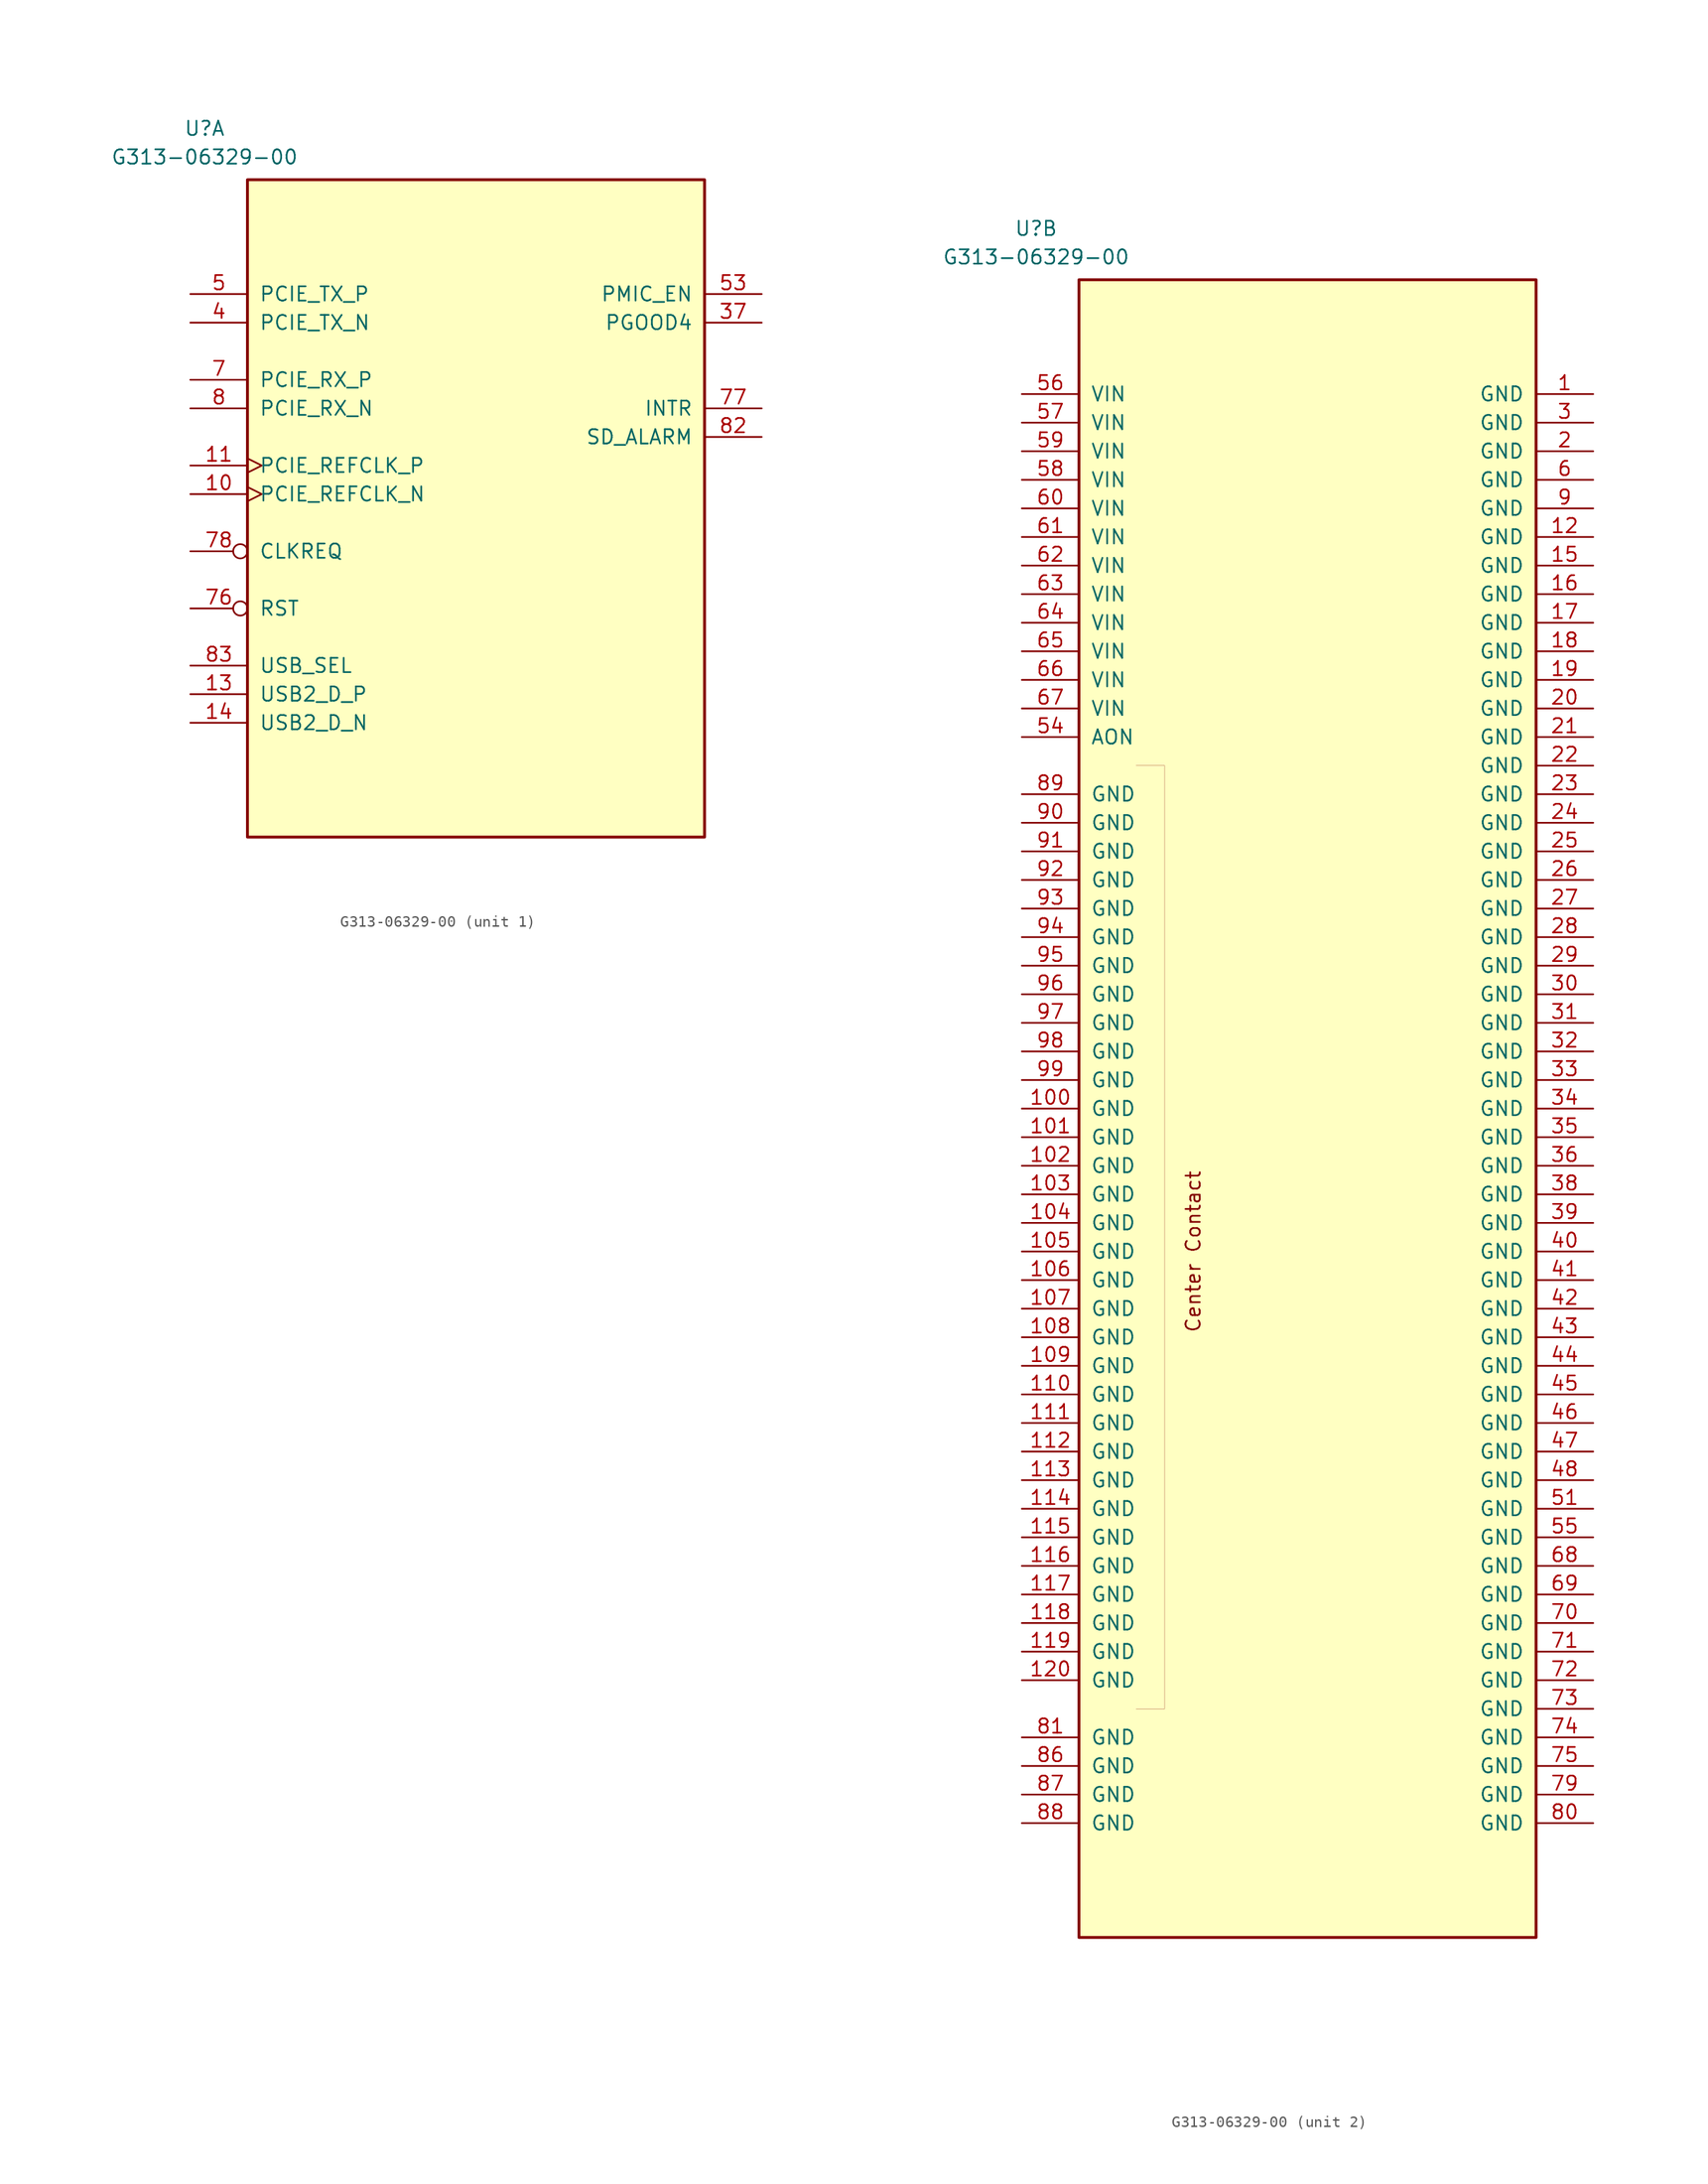
<source format=kicad_sym>
(kicad_symbol_lib
  (version 20201005)
  (generator kicad_symbol_editor)
  (symbol "AI_Coral:G313-06329-00"
    (pin_names
      (offset 1.016))
    (property "Reference" "U"
      (at -24.13 13.97 0)
      (effects (font (size 1.27 1.27)) (justify bottom)))
    (property "Value" "G313-06329-00"
      (at -24.13 11.43 0)
      (effects (font (size 1.27 1.27)) (justify bottom)))
    (property "ki_locked" ""
      (at 0 0 0)
      (effects (font (size 1.27 1.27))))
    (symbol "G313-06329-00_1_0"
      (rectangle (start -20.32 10.16) (end 20.32 -48.26) (stroke (width 0.254)) (fill (type background))))
    (symbol "G313-06329-00_1_1"
      (pin output line (at -25.4 -2.54 0) (length 5.08) (name "PCIE_TX_N" (effects (font (size 1.27 1.27)))) (number "4" (effects (font (size 1.27 1.27)))))
      (pin output line (at -25.4 0 0) (length 5.08) (name "PCIE_TX_P" (effects (font (size 1.27 1.27)))) (number "5" (effects (font (size 1.27 1.27)))))
      (pin input line (at -25.4 -7.62 0) (length 5.08) (name "PCIE_RX_P" (effects (font (size 1.27 1.27)))) (number "7" (effects (font (size 1.27 1.27)))))
      (pin input line (at -25.4 -10.16 0) (length 5.08) (name "PCIE_RX_N" (effects (font (size 1.27 1.27)))) (number "8" (effects (font (size 1.27 1.27)))))
      (pin input clock (at -25.4 -17.78 0) (length 5.08) (name "PCIE_REFCLK_N" (effects (font (size 1.27 1.27)))) (number "10" (effects (font (size 1.27 1.27)))))
      (pin input clock (at -25.4 -15.24 0) (length 5.08) (name "PCIE_REFCLK_P" (effects (font (size 1.27 1.27)))) (number "11" (effects (font (size 1.27 1.27)))))
      (pin bidirectional line (at -25.4 -35.56 0) (length 5.08) (name "USB2_D_P" (effects (font (size 1.27 1.27)))) (number "13" (effects (font (size 1.27 1.27)))))
      (pin bidirectional line (at -25.4 -38.1 0) (length 5.08) (name "USB2_D_N" (effects (font (size 1.27 1.27)))) (number "14" (effects (font (size 1.27 1.27)))))
      (pin output line (at 25.4 -2.54 180) (length 5.08) (name "PGOOD4" (effects (font (size 1.27 1.27)))) (number "37" (effects (font (size 1.27 1.27)))))
      (pin input line (at 25.4 0 180) (length 5.08) (name "PMIC_EN" (effects (font (size 1.27 1.27)))) (number "53" (effects (font (size 1.27 1.27)))))
      (pin input inverted (at -25.4 -27.94 0) (length 5.08) (name "RST" (effects (font (size 1.27 1.27)))) (number "76" (effects (font (size 1.27 1.27)))))
      (pin output line (at 25.4 -10.16 180) (length 5.08) (name "INTR" (effects (font (size 1.27 1.27)))) (number "77" (effects (font (size 1.27 1.27)))))
      (pin bidirectional inverted (at -25.4 -22.86 0) (length 5.08) (name "CLKREQ" (effects (font (size 1.27 1.27)))) (number "78" (effects (font (size 1.27 1.27)))))
      (pin output line (at 25.4 -12.7 180) (length 5.08) (name "SD_ALARM" (effects (font (size 1.27 1.27)))) (number "82" (effects (font (size 1.27 1.27)))))
      (pin input line (at -25.4 -33.02 0) (length 5.08) (name "USB_SEL" (effects (font (size 1.27 1.27)))) (number "83" (effects (font (size 1.27 1.27)))))
      (pin no_connect line (at 25.4 -27.94 180) (length 5.08) hide (name "RESERVED" (effects (font (size 1.27 1.27)))) (number "49" (effects (font (size 1.27 1.27)))))
      (pin no_connect line (at 25.4 -30.48 180) (length 5.08) hide (name "RESERVED" (effects (font (size 1.27 1.27)))) (number "50" (effects (font (size 1.27 1.27)))))
      (pin no_connect line (at 25.4 -33.02 180) (length 5.08) hide (name "RESERVED" (effects (font (size 1.27 1.27)))) (number "52" (effects (font (size 1.27 1.27)))))
      (pin no_connect line (at 25.4 -35.56 180) (length 5.08) hide (name "RESERVED" (effects (font (size 1.27 1.27)))) (number "84" (effects (font (size 1.27 1.27)))))
      (pin no_connect line (at 25.4 -38.1 180) (length 5.08) hide (name "RESERVED" (effects (font (size 1.27 1.27)))) (number "85" (effects (font (size 1.27 1.27))))))
    (symbol "G313-06329-00_2_0"
      (rectangle (start -20.32 10.16) (end 20.32 -137.16) (stroke (width 0.254)) (fill (type background)))
      (polyline (pts (xy -15.24 -33.02) (xy -12.7 -33.02) (xy -12.7 -116.84) (xy -15.24 -116.84)) (stroke (width 0.001)) (fill (type none))))
    (symbol "G313-06329-00_2_1"
      (text "Center Contact" (at -10.16 -76.2 900) (effects (font (size 1.27 1.27))))
      (pin power_in line (at 25.4 0 180) (length 5.08) (name "GND" (effects (font (size 1.27 1.27)))) (number "1" (effects (font (size 1.27 1.27)))))
      (pin power_in line (at 25.4 -5.08 180) (length 5.08) (name "GND" (effects (font (size 1.27 1.27)))) (number "2" (effects (font (size 1.27 1.27)))))
      (pin power_in line (at 25.4 -2.54 180) (length 5.08) (name "GND" (effects (font (size 1.27 1.27)))) (number "3" (effects (font (size 1.27 1.27)))))
      (pin power_in line (at 25.4 -7.62 180) (length 5.08) (name "GND" (effects (font (size 1.27 1.27)))) (number "6" (effects (font (size 1.27 1.27)))))
      (pin power_in line (at 25.4 -10.16 180) (length 5.08) (name "GND" (effects (font (size 1.27 1.27)))) (number "9" (effects (font (size 1.27 1.27)))))
      (pin power_in line (at 25.4 -12.7 180) (length 5.08) (name "GND" (effects (font (size 1.27 1.27)))) (number "12" (effects (font (size 1.27 1.27)))))
      (pin power_in line (at 25.4 -15.24 180) (length 5.08) (name "GND" (effects (font (size 1.27 1.27)))) (number "15" (effects (font (size 1.27 1.27)))))
      (pin power_in line (at 25.4 -17.78 180) (length 5.08) (name "GND" (effects (font (size 1.27 1.27)))) (number "16" (effects (font (size 1.27 1.27)))))
      (pin power_in line (at 25.4 -20.32 180) (length 5.08) (name "GND" (effects (font (size 1.27 1.27)))) (number "17" (effects (font (size 1.27 1.27)))))
      (pin power_in line (at 25.4 -22.86 180) (length 5.08) (name "GND" (effects (font (size 1.27 1.27)))) (number "18" (effects (font (size 1.27 1.27)))))
      (pin power_in line (at 25.4 -25.4 180) (length 5.08) (name "GND" (effects (font (size 1.27 1.27)))) (number "19" (effects (font (size 1.27 1.27)))))
      (pin power_in line (at 25.4 -27.94 180) (length 5.08) (name "GND" (effects (font (size 1.27 1.27)))) (number "20" (effects (font (size 1.27 1.27)))))
      (pin power_in line (at 25.4 -30.48 180) (length 5.08) (name "GND" (effects (font (size 1.27 1.27)))) (number "21" (effects (font (size 1.27 1.27)))))
      (pin power_in line (at 25.4 -33.02 180) (length 5.08) (name "GND" (effects (font (size 1.27 1.27)))) (number "22" (effects (font (size 1.27 1.27)))))
      (pin power_in line (at 25.4 -35.56 180) (length 5.08) (name "GND" (effects (font (size 1.27 1.27)))) (number "23" (effects (font (size 1.27 1.27)))))
      (pin power_in line (at 25.4 -38.1 180) (length 5.08) (name "GND" (effects (font (size 1.27 1.27)))) (number "24" (effects (font (size 1.27 1.27)))))
      (pin power_in line (at 25.4 -40.64 180) (length 5.08) (name "GND" (effects (font (size 1.27 1.27)))) (number "25" (effects (font (size 1.27 1.27)))))
      (pin power_in line (at 25.4 -43.18 180) (length 5.08) (name "GND" (effects (font (size 1.27 1.27)))) (number "26" (effects (font (size 1.27 1.27)))))
      (pin power_in line (at 25.4 -45.72 180) (length 5.08) (name "GND" (effects (font (size 1.27 1.27)))) (number "27" (effects (font (size 1.27 1.27)))))
      (pin power_in line (at 25.4 -48.26 180) (length 5.08) (name "GND" (effects (font (size 1.27 1.27)))) (number "28" (effects (font (size 1.27 1.27)))))
      (pin power_in line (at 25.4 -50.8 180) (length 5.08) (name "GND" (effects (font (size 1.27 1.27)))) (number "29" (effects (font (size 1.27 1.27)))))
      (pin power_in line (at 25.4 -53.34 180) (length 5.08) (name "GND" (effects (font (size 1.27 1.27)))) (number "30" (effects (font (size 1.27 1.27)))))
      (pin power_in line (at 25.4 -55.88 180) (length 5.08) (name "GND" (effects (font (size 1.27 1.27)))) (number "31" (effects (font (size 1.27 1.27)))))
      (pin power_in line (at 25.4 -58.42 180) (length 5.08) (name "GND" (effects (font (size 1.27 1.27)))) (number "32" (effects (font (size 1.27 1.27)))))
      (pin power_in line (at 25.4 -60.96 180) (length 5.08) (name "GND" (effects (font (size 1.27 1.27)))) (number "33" (effects (font (size 1.27 1.27)))))
      (pin power_in line (at 25.4 -63.5 180) (length 5.08) (name "GND" (effects (font (size 1.27 1.27)))) (number "34" (effects (font (size 1.27 1.27)))))
      (pin power_in line (at 25.4 -66.04 180) (length 5.08) (name "GND" (effects (font (size 1.27 1.27)))) (number "35" (effects (font (size 1.27 1.27)))))
      (pin power_in line (at 25.4 -68.58 180) (length 5.08) (name "GND" (effects (font (size 1.27 1.27)))) (number "36" (effects (font (size 1.27 1.27)))))
      (pin power_in line (at 25.4 -71.12 180) (length 5.08) (name "GND" (effects (font (size 1.27 1.27)))) (number "38" (effects (font (size 1.27 1.27)))))
      (pin power_in line (at 25.4 -73.66 180) (length 5.08) (name "GND" (effects (font (size 1.27 1.27)))) (number "39" (effects (font (size 1.27 1.27)))))
      (pin power_in line (at 25.4 -76.2 180) (length 5.08) (name "GND" (effects (font (size 1.27 1.27)))) (number "40" (effects (font (size 1.27 1.27)))))
      (pin power_in line (at 25.4 -78.74 180) (length 5.08) (name "GND" (effects (font (size 1.27 1.27)))) (number "41" (effects (font (size 1.27 1.27)))))
      (pin power_in line (at 25.4 -81.28 180) (length 5.08) (name "GND" (effects (font (size 1.27 1.27)))) (number "42" (effects (font (size 1.27 1.27)))))
      (pin power_in line (at 25.4 -83.82 180) (length 5.08) (name "GND" (effects (font (size 1.27 1.27)))) (number "43" (effects (font (size 1.27 1.27)))))
      (pin power_in line (at 25.4 -86.36 180) (length 5.08) (name "GND" (effects (font (size 1.27 1.27)))) (number "44" (effects (font (size 1.27 1.27)))))
      (pin power_in line (at 25.4 -88.9 180) (length 5.08) (name "GND" (effects (font (size 1.27 1.27)))) (number "45" (effects (font (size 1.27 1.27)))))
      (pin power_in line (at 25.4 -91.44 180) (length 5.08) (name "GND" (effects (font (size 1.27 1.27)))) (number "46" (effects (font (size 1.27 1.27)))))
      (pin power_in line (at 25.4 -93.98 180) (length 5.08) (name "GND" (effects (font (size 1.27 1.27)))) (number "47" (effects (font (size 1.27 1.27)))))
      (pin power_in line (at 25.4 -96.52 180) (length 5.08) (name "GND" (effects (font (size 1.27 1.27)))) (number "48" (effects (font (size 1.27 1.27)))))
      (pin power_in line (at 25.4 -99.06 180) (length 5.08) (name "GND" (effects (font (size 1.27 1.27)))) (number "51" (effects (font (size 1.27 1.27)))))
      (pin power_in line (at 25.4 -101.6 180) (length 5.08) (name "GND" (effects (font (size 1.27 1.27)))) (number "55" (effects (font (size 1.27 1.27)))))
      (pin power_in line (at 25.4 -104.14 180) (length 5.08) (name "GND" (effects (font (size 1.27 1.27)))) (number "68" (effects (font (size 1.27 1.27)))))
      (pin power_in line (at 25.4 -106.68 180) (length 5.08) (name "GND" (effects (font (size 1.27 1.27)))) (number "69" (effects (font (size 1.27 1.27)))))
      (pin power_in line (at 25.4 -109.22 180) (length 5.08) (name "GND" (effects (font (size 1.27 1.27)))) (number "70" (effects (font (size 1.27 1.27)))))
      (pin power_in line (at 25.4 -111.76 180) (length 5.08) (name "GND" (effects (font (size 1.27 1.27)))) (number "71" (effects (font (size 1.27 1.27)))))
      (pin power_in line (at 25.4 -114.3 180) (length 5.08) (name "GND" (effects (font (size 1.27 1.27)))) (number "72" (effects (font (size 1.27 1.27)))))
      (pin power_in line (at 25.4 -116.84 180) (length 5.08) (name "GND" (effects (font (size 1.27 1.27)))) (number "73" (effects (font (size 1.27 1.27)))))
      (pin power_in line (at 25.4 -119.38 180) (length 5.08) (name "GND" (effects (font (size 1.27 1.27)))) (number "74" (effects (font (size 1.27 1.27)))))
      (pin power_in line (at 25.4 -121.92 180) (length 5.08) (name "GND" (effects (font (size 1.27 1.27)))) (number "75" (effects (font (size 1.27 1.27)))))
      (pin power_in line (at 25.4 -124.46 180) (length 5.08) (name "GND" (effects (font (size 1.27 1.27)))) (number "79" (effects (font (size 1.27 1.27)))))
      (pin power_in line (at 25.4 -127 180) (length 5.08) (name "GND" (effects (font (size 1.27 1.27)))) (number "80" (effects (font (size 1.27 1.27)))))
      (pin power_in line (at -25.4 -119.38 0) (length 5.08) (name "GND" (effects (font (size 1.27 1.27)))) (number "81" (effects (font (size 1.27 1.27)))))
      (pin power_in line (at -25.4 -121.92 0) (length 5.08) (name "GND" (effects (font (size 1.27 1.27)))) (number "86" (effects (font (size 1.27 1.27)))))
      (pin power_in line (at -25.4 -124.46 0) (length 5.08) (name "GND" (effects (font (size 1.27 1.27)))) (number "87" (effects (font (size 1.27 1.27)))))
      (pin power_in line (at -25.4 -127 0) (length 5.08) (name "GND" (effects (font (size 1.27 1.27)))) (number "88" (effects (font (size 1.27 1.27)))))
      (pin power_in line (at -25.4 -35.56 0) (length 5.08) (name "GND" (effects (font (size 1.27 1.27)))) (number "89" (effects (font (size 1.27 1.27)))))
      (pin power_in line (at -25.4 -38.1 0) (length 5.08) (name "GND" (effects (font (size 1.27 1.27)))) (number "90" (effects (font (size 1.27 1.27)))))
      (pin power_in line (at -25.4 -40.64 0) (length 5.08) (name "GND" (effects (font (size 1.27 1.27)))) (number "91" (effects (font (size 1.27 1.27)))))
      (pin power_in line (at -25.4 -43.18 0) (length 5.08) (name "GND" (effects (font (size 1.27 1.27)))) (number "92" (effects (font (size 1.27 1.27)))))
      (pin power_in line (at -25.4 -45.72 0) (length 5.08) (name "GND" (effects (font (size 1.27 1.27)))) (number "93" (effects (font (size 1.27 1.27)))))
      (pin power_in line (at -25.4 -48.26 0) (length 5.08) (name "GND" (effects (font (size 1.27 1.27)))) (number "94" (effects (font (size 1.27 1.27)))))
      (pin power_in line (at -25.4 -50.8 0) (length 5.08) (name "GND" (effects (font (size 1.27 1.27)))) (number "95" (effects (font (size 1.27 1.27)))))
      (pin power_in line (at -25.4 -53.34 0) (length 5.08) (name "GND" (effects (font (size 1.27 1.27)))) (number "96" (effects (font (size 1.27 1.27)))))
      (pin power_in line (at -25.4 -55.88 0) (length 5.08) (name "GND" (effects (font (size 1.27 1.27)))) (number "97" (effects (font (size 1.27 1.27)))))
      (pin power_in line (at -25.4 -58.42 0) (length 5.08) (name "GND" (effects (font (size 1.27 1.27)))) (number "98" (effects (font (size 1.27 1.27)))))
      (pin power_in line (at -25.4 -60.96 0) (length 5.08) (name "GND" (effects (font (size 1.27 1.27)))) (number "99" (effects (font (size 1.27 1.27)))))
      (pin power_in line (at -25.4 -63.5 0) (length 5.08) (name "GND" (effects (font (size 1.27 1.27)))) (number "100" (effects (font (size 1.27 1.27)))))
      (pin power_in line (at -25.4 -66.04 0) (length 5.08) (name "GND" (effects (font (size 1.27 1.27)))) (number "101" (effects (font (size 1.27 1.27)))))
      (pin power_in line (at -25.4 -68.58 0) (length 5.08) (name "GND" (effects (font (size 1.27 1.27)))) (number "102" (effects (font (size 1.27 1.27)))))
      (pin power_in line (at -25.4 -71.12 0) (length 5.08) (name "GND" (effects (font (size 1.27 1.27)))) (number "103" (effects (font (size 1.27 1.27)))))
      (pin power_in line (at -25.4 -73.66 0) (length 5.08) (name "GND" (effects (font (size 1.27 1.27)))) (number "104" (effects (font (size 1.27 1.27)))))
      (pin power_in line (at -25.4 -76.2 0) (length 5.08) (name "GND" (effects (font (size 1.27 1.27)))) (number "105" (effects (font (size 1.27 1.27)))))
      (pin power_in line (at -25.4 -78.74 0) (length 5.08) (name "GND" (effects (font (size 1.27 1.27)))) (number "106" (effects (font (size 1.27 1.27)))))
      (pin power_in line (at -25.4 -81.28 0) (length 5.08) (name "GND" (effects (font (size 1.27 1.27)))) (number "107" (effects (font (size 1.27 1.27)))))
      (pin power_in line (at -25.4 -83.82 0) (length 5.08) (name "GND" (effects (font (size 1.27 1.27)))) (number "108" (effects (font (size 1.27 1.27)))))
      (pin power_in line (at -25.4 -86.36 0) (length 5.08) (name "GND" (effects (font (size 1.27 1.27)))) (number "109" (effects (font (size 1.27 1.27)))))
      (pin power_in line (at -25.4 -88.9 0) (length 5.08) (name "GND" (effects (font (size 1.27 1.27)))) (number "110" (effects (font (size 1.27 1.27)))))
      (pin power_in line (at -25.4 -91.44 0) (length 5.08) (name "GND" (effects (font (size 1.27 1.27)))) (number "111" (effects (font (size 1.27 1.27)))))
      (pin power_in line (at -25.4 -93.98 0) (length 5.08) (name "GND" (effects (font (size 1.27 1.27)))) (number "112" (effects (font (size 1.27 1.27)))))
      (pin power_in line (at -25.4 -96.52 0) (length 5.08) (name "GND" (effects (font (size 1.27 1.27)))) (number "113" (effects (font (size 1.27 1.27)))))
      (pin power_in line (at -25.4 -99.06 0) (length 5.08) (name "GND" (effects (font (size 1.27 1.27)))) (number "114" (effects (font (size 1.27 1.27)))))
      (pin power_in line (at -25.4 -101.6 0) (length 5.08) (name "GND" (effects (font (size 1.27 1.27)))) (number "115" (effects (font (size 1.27 1.27)))))
      (pin power_in line (at -25.4 -104.14 0) (length 5.08) (name "GND" (effects (font (size 1.27 1.27)))) (number "116" (effects (font (size 1.27 1.27)))))
      (pin power_in line (at -25.4 -106.68 0) (length 5.08) (name "GND" (effects (font (size 1.27 1.27)))) (number "117" (effects (font (size 1.27 1.27)))))
      (pin power_in line (at -25.4 -109.22 0) (length 5.08) (name "GND" (effects (font (size 1.27 1.27)))) (number "118" (effects (font (size 1.27 1.27)))))
      (pin power_in line (at -25.4 -111.76 0) (length 5.08) (name "GND" (effects (font (size 1.27 1.27)))) (number "119" (effects (font (size 1.27 1.27)))))
      (pin power_in line (at -25.4 -114.3 0) (length 5.08) (name "GND" (effects (font (size 1.27 1.27)))) (number "120" (effects (font (size 1.27 1.27)))))
      (pin power_in line (at -25.4 -30.48 0) (length 5.08) (name "AON" (effects (font (size 1.27 1.27)))) (number "54" (effects (font (size 1.27 1.27)))))
      (pin power_in line (at -25.4 0 0) (length 5.08) (name "VIN" (effects (font (size 1.27 1.27)))) (number "56" (effects (font (size 1.27 1.27)))))
      (pin power_in line (at -25.4 -2.54 0) (length 5.08) (name "VIN" (effects (font (size 1.27 1.27)))) (number "57" (effects (font (size 1.27 1.27)))))
      (pin power_in line (at -25.4 -7.62 0) (length 5.08) (name "VIN" (effects (font (size 1.27 1.27)))) (number "58" (effects (font (size 1.27 1.27)))))
      (pin power_in line (at -25.4 -5.08 0) (length 5.08) (name "VIN" (effects (font (size 1.27 1.27)))) (number "59" (effects (font (size 1.27 1.27)))))
      (pin power_in line (at -25.4 -10.16 0) (length 5.08) (name "VIN" (effects (font (size 1.27 1.27)))) (number "60" (effects (font (size 1.27 1.27)))))
      (pin power_in line (at -25.4 -12.7 0) (length 5.08) (name "VIN" (effects (font (size 1.27 1.27)))) (number "61" (effects (font (size 1.27 1.27)))))
      (pin power_in line (at -25.4 -15.24 0) (length 5.08) (name "VIN" (effects (font (size 1.27 1.27)))) (number "62" (effects (font (size 1.27 1.27)))))
      (pin power_in line (at -25.4 -17.78 0) (length 5.08) (name "VIN" (effects (font (size 1.27 1.27)))) (number "63" (effects (font (size 1.27 1.27)))))
      (pin power_in line (at -25.4 -20.32 0) (length 5.08) (name "VIN" (effects (font (size 1.27 1.27)))) (number "64" (effects (font (size 1.27 1.27)))))
      (pin power_in line (at -25.4 -22.86 0) (length 5.08) (name "VIN" (effects (font (size 1.27 1.27)))) (number "65" (effects (font (size 1.27 1.27)))))
      (pin power_in line (at -25.4 -25.4 0) (length 5.08) (name "VIN" (effects (font (size 1.27 1.27)))) (number "66" (effects (font (size 1.27 1.27)))))
      (pin power_in line (at -25.4 -27.94 0) (length 5.08) (name "VIN" (effects (font (size 1.27 1.27)))) (number "67" (effects (font (size 1.27 1.27))))))))
</source>
